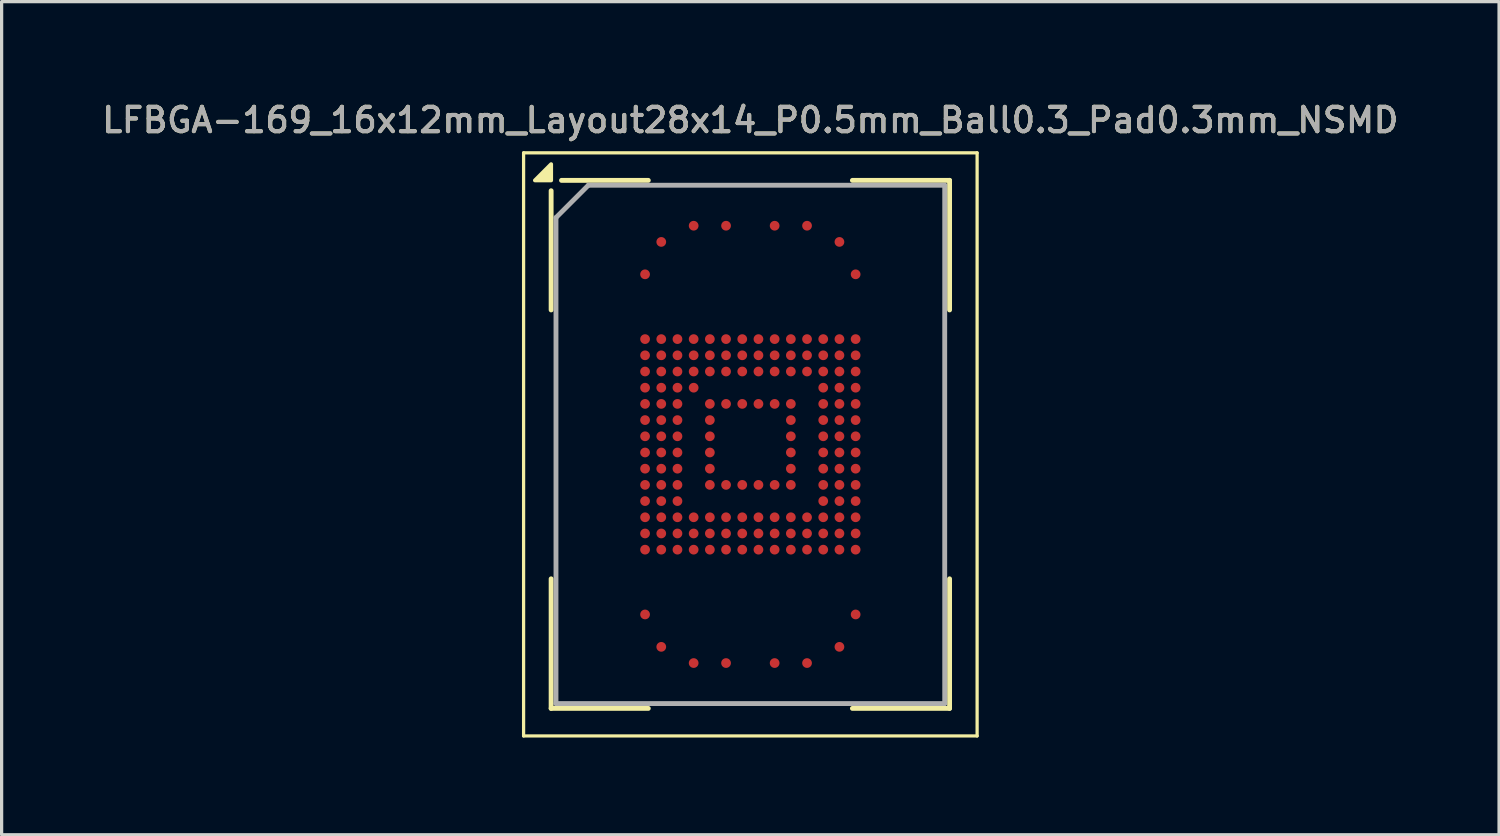
<source format=kicad_pcb>
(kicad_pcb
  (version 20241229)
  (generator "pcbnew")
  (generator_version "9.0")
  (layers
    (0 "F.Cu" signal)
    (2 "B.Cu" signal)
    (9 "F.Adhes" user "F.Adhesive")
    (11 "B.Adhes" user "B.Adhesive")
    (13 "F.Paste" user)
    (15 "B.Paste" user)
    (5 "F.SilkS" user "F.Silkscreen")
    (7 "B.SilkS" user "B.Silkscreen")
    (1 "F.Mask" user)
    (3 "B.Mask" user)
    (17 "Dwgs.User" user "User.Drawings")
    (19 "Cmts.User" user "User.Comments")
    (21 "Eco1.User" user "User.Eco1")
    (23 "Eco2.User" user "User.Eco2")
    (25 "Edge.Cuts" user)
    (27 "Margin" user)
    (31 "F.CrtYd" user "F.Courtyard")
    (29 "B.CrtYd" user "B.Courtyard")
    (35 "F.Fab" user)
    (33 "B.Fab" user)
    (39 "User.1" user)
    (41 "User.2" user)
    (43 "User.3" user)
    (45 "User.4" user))
  (footprint "LFBGA-169_16x12mm_Layout28x14_P0.5mm_Ball0.3_Pad0.3mm_NSMD"
    (layer "F.Cu")
    (at 20.113 10.668)
    (property "Reference" "LFBGA-169_16x12mm_Layout28x14_P0.5mm_Ball0.3_Pad0.3mm_NSMD" (at 0 -10.01 0) (layer "F.SilkS") (effects (font (size 0.75 0.75) (thickness 0.125))))
    (attr smd)
    (fp_line (start -7 -9) (end 7 -9) (stroke (width 0.1) (type solid)) (layer "F.SilkS"))
    (fp_line (start -7 9) (end -7 -9) (stroke (width 0.1) (type solid)) (layer "F.SilkS"))
    (fp_line (start -6.15 -7.83) (end -6.15 -4.15) (stroke (width 0.15) (type solid)) (layer "F.SilkS"))
    (fp_line (start -6.15 8.15) (end -6.15 4.15) (stroke (width 0.15) (type solid)) (layer "F.SilkS"))
    (fp_line (start -5.83 -8.15) (end -3.15 -8.15) (stroke (width 0.15) (type solid)) (layer "F.SilkS"))
    (fp_line (start -3.15 8.15) (end -6.15 8.15) (stroke (width 0.15) (type solid)) (layer "F.SilkS"))
    (fp_line (start 3.15 -8.15) (end 6.15 -8.15) (stroke (width 0.15) (type solid)) (layer "F.SilkS"))
    (fp_line (start 3.15 8.15) (end 6.15 8.15) (stroke (width 0.15) (type solid)) (layer "F.SilkS"))
    (fp_line (start 6.15 -8.15) (end 6.15 -4.15) (stroke (width 0.15) (type solid)) (layer "F.SilkS"))
    (fp_line (start 6.15 8.15) (end 6.15 4.15) (stroke (width 0.15) (type solid)) (layer "F.SilkS"))
    (fp_line (start 7 -9) (end 7 9) (stroke (width 0.1) (type solid)) (layer "F.SilkS"))
    (fp_line (start 7 9) (end -7 9) (stroke (width 0.1) (type solid)) (layer "F.SilkS"))
    (fp_poly (pts (xy -6.15 -8.15) (xy -6.65 -8.15) (xy -6.15 -8.65) (xy -6.15 -8.15)) (stroke (width 0.12) (type solid)) (fill yes) (layer "F.SilkS"))
    (fp_line (start -6 -7) (end -6 8) (stroke (width 0.15) (type solid)) (layer "F.Fab"))
    (fp_line (start -6 8) (end 6 8) (stroke (width 0.15) (type solid)) (layer "F.Fab"))
    (fp_line (start -5 -8) (end -6 -7) (stroke (width 0.15) (type solid)) (layer "F.Fab"))
    (fp_line (start 6 -8) (end -5 -8) (stroke (width 0.15) (type solid)) (layer "F.Fab"))
    (fp_line (start 6 8) (end 6 -8) (stroke (width 0.15) (type solid)) (layer "F.Fab"))
    (fp_text user "${REFERENCE}" (at 0 -10.01 0) (layer "F.Fab") (effects (font (size 0.75 0.75) (thickness 0.125))))
    (pad "A4" smd circle (at -1.75 -6.75) (size 0.3 0.3) (property pad_prop_bga) (layers "F.Cu" "F.Mask" "F.Paste"))
    (pad "A6" smd circle (at -0.75 -6.75) (size 0.3 0.3) (property pad_prop_bga) (layers "F.Cu" "F.Mask" "F.Paste"))
    (pad "A9" smd circle (at 0.75 -6.75) (size 0.3 0.3) (property pad_prop_bga) (layers "F.Cu" "F.Mask" "F.Paste"))
    (pad "A11" smd circle (at 1.75 -6.75) (size 0.3 0.3) (property pad_prop_bga) (layers "F.Cu" "F.Mask" "F.Paste"))
    (pad "AA1" smd circle (at -3.25 3.25) (size 0.3 0.3) (property pad_prop_bga) (layers "F.Cu" "F.Mask" "F.Paste"))
    (pad "AA2" smd circle (at -2.75 3.25) (size 0.3 0.3) (property pad_prop_bga) (layers "F.Cu" "F.Mask" "F.Paste"))
    (pad "AA3" smd circle (at -2.25 3.25) (size 0.3 0.3) (property pad_prop_bga) (layers "F.Cu" "F.Mask" "F.Paste"))
    (pad "AA4" smd circle (at -1.75 3.25) (size 0.3 0.3) (property pad_prop_bga) (layers "F.Cu" "F.Mask" "F.Paste"))
    (pad "AA5" smd circle (at -1.25 3.25) (size 0.3 0.3) (property pad_prop_bga) (layers "F.Cu" "F.Mask" "F.Paste"))
    (pad "AA6" smd circle (at -0.75 3.25) (size 0.3 0.3) (property pad_prop_bga) (layers "F.Cu" "F.Mask" "F.Paste"))
    (pad "AA7" smd circle (at -0.25 3.25) (size 0.3 0.3) (property pad_prop_bga) (layers "F.Cu" "F.Mask" "F.Paste"))
    (pad "AA8" smd circle (at 0.25 3.25) (size 0.3 0.3) (property pad_prop_bga) (layers "F.Cu" "F.Mask" "F.Paste"))
    (pad "AA9" smd circle (at 0.75 3.25) (size 0.3 0.3) (property pad_prop_bga) (layers "F.Cu" "F.Mask" "F.Paste"))
    (pad "AA10" smd circle (at 1.25 3.25) (size 0.3 0.3) (property pad_prop_bga) (layers "F.Cu" "F.Mask" "F.Paste"))
    (pad "AA11" smd circle (at 1.75 3.25) (size 0.3 0.3) (property pad_prop_bga) (layers "F.Cu" "F.Mask" "F.Paste"))
    (pad "AA12" smd circle (at 2.25 3.25) (size 0.3 0.3) (property pad_prop_bga) (layers "F.Cu" "F.Mask" "F.Paste"))
    (pad "AA13" smd circle (at 2.75 3.25) (size 0.3 0.3) (property pad_prop_bga) (layers "F.Cu" "F.Mask" "F.Paste"))
    (pad "AA14" smd circle (at 3.25 3.25) (size 0.3 0.3) (property pad_prop_bga) (layers "F.Cu" "F.Mask" "F.Paste"))
    (pad "AE1" smd circle (at -3.25 5.25) (size 0.3 0.3) (property pad_prop_bga) (layers "F.Cu" "F.Mask" "F.Paste"))
    (pad "AE14" smd circle (at 3.25 5.25) (size 0.3 0.3) (property pad_prop_bga) (layers "F.Cu" "F.Mask" "F.Paste"))
    (pad "AG2" smd circle (at -2.75 6.25) (size 0.3 0.3) (property pad_prop_bga) (layers "F.Cu" "F.Mask" "F.Paste"))
    (pad "AG13" smd circle (at 2.75 6.25) (size 0.3 0.3) (property pad_prop_bga) (layers "F.Cu" "F.Mask" "F.Paste"))
    (pad "AH4" smd circle (at -1.75 6.75) (size 0.3 0.3) (property pad_prop_bga) (layers "F.Cu" "F.Mask" "F.Paste"))
    (pad "AH6" smd circle (at -0.75 6.75) (size 0.3 0.3) (property pad_prop_bga) (layers "F.Cu" "F.Mask" "F.Paste"))
    (pad "AH9" smd circle (at 0.75 6.75) (size 0.3 0.3) (property pad_prop_bga) (layers "F.Cu" "F.Mask" "F.Paste"))
    (pad "AH11" smd circle (at 1.75 6.75) (size 0.3 0.3) (property pad_prop_bga) (layers "F.Cu" "F.Mask" "F.Paste"))
    (pad "B2" smd circle (at -2.75 -6.25) (size 0.3 0.3) (property pad_prop_bga) (layers "F.Cu" "F.Mask" "F.Paste"))
    (pad "B13" smd circle (at 2.75 -6.25) (size 0.3 0.3) (property pad_prop_bga) (layers "F.Cu" "F.Mask" "F.Paste"))
    (pad "D1" smd circle (at -3.25 -5.25) (size 0.3 0.3) (property pad_prop_bga) (layers "F.Cu" "F.Mask" "F.Paste"))
    (pad "D14" smd circle (at 3.25 -5.25) (size 0.3 0.3) (property pad_prop_bga) (layers "F.Cu" "F.Mask" "F.Paste"))
    (pad "H1" smd circle (at -3.25 -3.25) (size 0.3 0.3) (property pad_prop_bga) (layers "F.Cu" "F.Mask" "F.Paste"))
    (pad "H2" smd circle (at -2.75 -3.25) (size 0.3 0.3) (property pad_prop_bga) (layers "F.Cu" "F.Mask" "F.Paste"))
    (pad "H3" smd circle (at -2.25 -3.25) (size 0.3 0.3) (property pad_prop_bga) (layers "F.Cu" "F.Mask" "F.Paste"))
    (pad "H4" smd circle (at -1.75 -3.25) (size 0.3 0.3) (property pad_prop_bga) (layers "F.Cu" "F.Mask" "F.Paste"))
    (pad "H5" smd circle (at -1.25 -3.25) (size 0.3 0.3) (property pad_prop_bga) (layers "F.Cu" "F.Mask" "F.Paste"))
    (pad "H6" smd circle (at -0.75 -3.25) (size 0.3 0.3) (property pad_prop_bga) (layers "F.Cu" "F.Mask" "F.Paste"))
    (pad "H7" smd circle (at -0.25 -3.25) (size 0.3 0.3) (property pad_prop_bga) (layers "F.Cu" "F.Mask" "F.Paste"))
    (pad "H8" smd circle (at 0.25 -3.25) (size 0.3 0.3) (property pad_prop_bga) (layers "F.Cu" "F.Mask" "F.Paste"))
    (pad "H9" smd circle (at 0.75 -3.25) (size 0.3 0.3) (property pad_prop_bga) (layers "F.Cu" "F.Mask" "F.Paste"))
    (pad "H10" smd circle (at 1.25 -3.25) (size 0.3 0.3) (property pad_prop_bga) (layers "F.Cu" "F.Mask" "F.Paste"))
    (pad "H11" smd circle (at 1.75 -3.25) (size 0.3 0.3) (property pad_prop_bga) (layers "F.Cu" "F.Mask" "F.Paste"))
    (pad "H12" smd circle (at 2.25 -3.25) (size 0.3 0.3) (property pad_prop_bga) (layers "F.Cu" "F.Mask" "F.Paste"))
    (pad "H13" smd circle (at 2.75 -3.25) (size 0.3 0.3) (property pad_prop_bga) (layers "F.Cu" "F.Mask" "F.Paste"))
    (pad "H14" smd circle (at 3.25 -3.25) (size 0.3 0.3) (property pad_prop_bga) (layers "F.Cu" "F.Mask" "F.Paste"))
    (pad "J1" smd circle (at -3.25 -2.75) (size 0.3 0.3) (property pad_prop_bga) (layers "F.Cu" "F.Mask" "F.Paste"))
    (pad "J2" smd circle (at -2.75 -2.75) (size 0.3 0.3) (property pad_prop_bga) (layers "F.Cu" "F.Mask" "F.Paste"))
    (pad "J3" smd circle (at -2.25 -2.75) (size 0.3 0.3) (property pad_prop_bga) (layers "F.Cu" "F.Mask" "F.Paste"))
    (pad "J4" smd circle (at -1.75 -2.75) (size 0.3 0.3) (property pad_prop_bga) (layers "F.Cu" "F.Mask" "F.Paste"))
    (pad "J5" smd circle (at -1.25 -2.75) (size 0.3 0.3) (property pad_prop_bga) (layers "F.Cu" "F.Mask" "F.Paste"))
    (pad "J6" smd circle (at -0.75 -2.75) (size 0.3 0.3) (property pad_prop_bga) (layers "F.Cu" "F.Mask" "F.Paste"))
    (pad "J7" smd circle (at -0.25 -2.75) (size 0.3 0.3) (property pad_prop_bga) (layers "F.Cu" "F.Mask" "F.Paste"))
    (pad "J8" smd circle (at 0.25 -2.75) (size 0.3 0.3) (property pad_prop_bga) (layers "F.Cu" "F.Mask" "F.Paste"))
    (pad "J9" smd circle (at 0.75 -2.75) (size 0.3 0.3) (property pad_prop_bga) (layers "F.Cu" "F.Mask" "F.Paste"))
    (pad "J10" smd circle (at 1.25 -2.75) (size 0.3 0.3) (property pad_prop_bga) (layers "F.Cu" "F.Mask" "F.Paste"))
    (pad "J11" smd circle (at 1.75 -2.75) (size 0.3 0.3) (property pad_prop_bga) (layers "F.Cu" "F.Mask" "F.Paste"))
    (pad "J12" smd circle (at 2.25 -2.75) (size 0.3 0.3) (property pad_prop_bga) (layers "F.Cu" "F.Mask" "F.Paste"))
    (pad "J13" smd circle (at 2.75 -2.75) (size 0.3 0.3) (property pad_prop_bga) (layers "F.Cu" "F.Mask" "F.Paste"))
    (pad "J14" smd circle (at 3.25 -2.75) (size 0.3 0.3) (property pad_prop_bga) (layers "F.Cu" "F.Mask" "F.Paste"))
    (pad "K1" smd circle (at -3.25 -2.25) (size 0.3 0.3) (property pad_prop_bga) (layers "F.Cu" "F.Mask" "F.Paste"))
    (pad "K2" smd circle (at -2.75 -2.25) (size 0.3 0.3) (property pad_prop_bga) (layers "F.Cu" "F.Mask" "F.Paste"))
    (pad "K3" smd circle (at -2.25 -2.25) (size 0.3 0.3) (property pad_prop_bga) (layers "F.Cu" "F.Mask" "F.Paste"))
    (pad "K4" smd circle (at -1.75 -2.25) (size 0.3 0.3) (property pad_prop_bga) (layers "F.Cu" "F.Mask" "F.Paste"))
    (pad "K5" smd circle (at -1.25 -2.25) (size 0.3 0.3) (property pad_prop_bga) (layers "F.Cu" "F.Mask" "F.Paste"))
    (pad "K6" smd circle (at -0.75 -2.25) (size 0.3 0.3) (property pad_prop_bga) (layers "F.Cu" "F.Mask" "F.Paste"))
    (pad "K7" smd circle (at -0.25 -2.25) (size 0.3 0.3) (property pad_prop_bga) (layers "F.Cu" "F.Mask" "F.Paste"))
    (pad "K8" smd circle (at 0.25 -2.25) (size 0.3 0.3) (property pad_prop_bga) (layers "F.Cu" "F.Mask" "F.Paste"))
    (pad "K9" smd circle (at 0.75 -2.25) (size 0.3 0.3) (property pad_prop_bga) (layers "F.Cu" "F.Mask" "F.Paste"))
    (pad "K10" smd circle (at 1.25 -2.25) (size 0.3 0.3) (property pad_prop_bga) (layers "F.Cu" "F.Mask" "F.Paste"))
    (pad "K11" smd circle (at 1.75 -2.25) (size 0.3 0.3) (property pad_prop_bga) (layers "F.Cu" "F.Mask" "F.Paste"))
    (pad "K12" smd circle (at 2.25 -2.25) (size 0.3 0.3) (property pad_prop_bga) (layers "F.Cu" "F.Mask" "F.Paste"))
    (pad "K13" smd circle (at 2.75 -2.25) (size 0.3 0.3) (property pad_prop_bga) (layers "F.Cu" "F.Mask" "F.Paste"))
    (pad "K14" smd circle (at 3.25 -2.25) (size 0.3 0.3) (property pad_prop_bga) (layers "F.Cu" "F.Mask" "F.Paste"))
    (pad "L1" smd circle (at -3.25 -1.75) (size 0.3 0.3) (property pad_prop_bga) (layers "F.Cu" "F.Mask" "F.Paste"))
    (pad "L2" smd circle (at -2.75 -1.75) (size 0.3 0.3) (property pad_prop_bga) (layers "F.Cu" "F.Mask" "F.Paste"))
    (pad "L3" smd circle (at -2.25 -1.75) (size 0.3 0.3) (property pad_prop_bga) (layers "F.Cu" "F.Mask" "F.Paste"))
    (pad "L4" smd circle (at -1.75 -1.75) (size 0.3 0.3) (property pad_prop_bga) (layers "F.Cu" "F.Mask" "F.Paste"))
    (pad "L12" smd circle (at 2.25 -1.75) (size 0.3 0.3) (property pad_prop_bga) (layers "F.Cu" "F.Mask" "F.Paste"))
    (pad "L13" smd circle (at 2.75 -1.75) (size 0.3 0.3) (property pad_prop_bga) (layers "F.Cu" "F.Mask" "F.Paste"))
    (pad "L14" smd circle (at 3.25 -1.75) (size 0.3 0.3) (property pad_prop_bga) (layers "F.Cu" "F.Mask" "F.Paste"))
    (pad "M1" smd circle (at -3.25 -1.25) (size 0.3 0.3) (property pad_prop_bga) (layers "F.Cu" "F.Mask" "F.Paste"))
    (pad "M2" smd circle (at -2.75 -1.25) (size 0.3 0.3) (property pad_prop_bga) (layers "F.Cu" "F.Mask" "F.Paste"))
    (pad "M3" smd circle (at -2.25 -1.25) (size 0.3 0.3) (property pad_prop_bga) (layers "F.Cu" "F.Mask" "F.Paste"))
    (pad "M5" smd circle (at -1.25 -1.25) (size 0.3 0.3) (property pad_prop_bga) (layers "F.Cu" "F.Mask" "F.Paste"))
    (pad "M6" smd circle (at -0.75 -1.25) (size 0.3 0.3) (property pad_prop_bga) (layers "F.Cu" "F.Mask" "F.Paste"))
    (pad "M7" smd circle (at -0.25 -1.25) (size 0.3 0.3) (property pad_prop_bga) (layers "F.Cu" "F.Mask" "F.Paste"))
    (pad "M8" smd circle (at 0.25 -1.25) (size 0.3 0.3) (property pad_prop_bga) (layers "F.Cu" "F.Mask" "F.Paste"))
    (pad "M9" smd circle (at 0.75 -1.25) (size 0.3 0.3) (property pad_prop_bga) (layers "F.Cu" "F.Mask" "F.Paste"))
    (pad "M10" smd circle (at 1.25 -1.25) (size 0.3 0.3) (property pad_prop_bga) (layers "F.Cu" "F.Mask" "F.Paste"))
    (pad "M12" smd circle (at 2.25 -1.25) (size 0.3 0.3) (property pad_prop_bga) (layers "F.Cu" "F.Mask" "F.Paste"))
    (pad "M13" smd circle (at 2.75 -1.25) (size 0.3 0.3) (property pad_prop_bga) (layers "F.Cu" "F.Mask" "F.Paste"))
    (pad "M14" smd circle (at 3.25 -1.25) (size 0.3 0.3) (property pad_prop_bga) (layers "F.Cu" "F.Mask" "F.Paste"))
    (pad "N1" smd circle (at -3.25 -0.75) (size 0.3 0.3) (property pad_prop_bga) (layers "F.Cu" "F.Mask" "F.Paste"))
    (pad "N2" smd circle (at -2.75 -0.75) (size 0.3 0.3) (property pad_prop_bga) (layers "F.Cu" "F.Mask" "F.Paste"))
    (pad "N3" smd circle (at -2.25 -0.75) (size 0.3 0.3) (property pad_prop_bga) (layers "F.Cu" "F.Mask" "F.Paste"))
    (pad "N5" smd circle (at -1.25 -0.75) (size 0.3 0.3) (property pad_prop_bga) (layers "F.Cu" "F.Mask" "F.Paste"))
    (pad "N10" smd circle (at 1.25 -0.75) (size 0.3 0.3) (property pad_prop_bga) (layers "F.Cu" "F.Mask" "F.Paste"))
    (pad "N12" smd circle (at 2.25 -0.75) (size 0.3 0.3) (property pad_prop_bga) (layers "F.Cu" "F.Mask" "F.Paste"))
    (pad "N13" smd circle (at 2.75 -0.75) (size 0.3 0.3) (property pad_prop_bga) (layers "F.Cu" "F.Mask" "F.Paste"))
    (pad "N14" smd circle (at 3.25 -0.75) (size 0.3 0.3) (property pad_prop_bga) (layers "F.Cu" "F.Mask" "F.Paste"))
    (pad "P1" smd circle (at -3.25 -0.25) (size 0.3 0.3) (property pad_prop_bga) (layers "F.Cu" "F.Mask" "F.Paste"))
    (pad "P2" smd circle (at -2.75 -0.25) (size 0.3 0.3) (property pad_prop_bga) (layers "F.Cu" "F.Mask" "F.Paste"))
    (pad "P3" smd circle (at -2.25 -0.25) (size 0.3 0.3) (property pad_prop_bga) (layers "F.Cu" "F.Mask" "F.Paste"))
    (pad "P5" smd circle (at -1.25 -0.25) (size 0.3 0.3) (property pad_prop_bga) (layers "F.Cu" "F.Mask" "F.Paste"))
    (pad "P10" smd circle (at 1.25 -0.25) (size 0.3 0.3) (property pad_prop_bga) (layers "F.Cu" "F.Mask" "F.Paste"))
    (pad "P12" smd circle (at 2.25 -0.25) (size 0.3 0.3) (property pad_prop_bga) (layers "F.Cu" "F.Mask" "F.Paste"))
    (pad "P13" smd circle (at 2.75 -0.25) (size 0.3 0.3) (property pad_prop_bga) (layers "F.Cu" "F.Mask" "F.Paste"))
    (pad "P14" smd circle (at 3.25 -0.25) (size 0.3 0.3) (property pad_prop_bga) (layers "F.Cu" "F.Mask" "F.Paste"))
    (pad "R1" smd circle (at -3.25 0.25) (size 0.3 0.3) (property pad_prop_bga) (layers "F.Cu" "F.Mask" "F.Paste"))
    (pad "R2" smd circle (at -2.75 0.25) (size 0.3 0.3) (property pad_prop_bga) (layers "F.Cu" "F.Mask" "F.Paste"))
    (pad "R3" smd circle (at -2.25 0.25) (size 0.3 0.3) (property pad_prop_bga) (layers "F.Cu" "F.Mask" "F.Paste"))
    (pad "R5" smd circle (at -1.25 0.25) (size 0.3 0.3) (property pad_prop_bga) (layers "F.Cu" "F.Mask" "F.Paste"))
    (pad "R10" smd circle (at 1.25 0.25) (size 0.3 0.3) (property pad_prop_bga) (layers "F.Cu" "F.Mask" "F.Paste"))
    (pad "R12" smd circle (at 2.25 0.25) (size 0.3 0.3) (property pad_prop_bga) (layers "F.Cu" "F.Mask" "F.Paste"))
    (pad "R13" smd circle (at 2.75 0.25) (size 0.3 0.3) (property pad_prop_bga) (layers "F.Cu" "F.Mask" "F.Paste"))
    (pad "R14" smd circle (at 3.25 0.25) (size 0.3 0.3) (property pad_prop_bga) (layers "F.Cu" "F.Mask" "F.Paste"))
    (pad "T1" smd circle (at -3.25 0.75) (size 0.3 0.3) (property pad_prop_bga) (layers "F.Cu" "F.Mask" "F.Paste"))
    (pad "T2" smd circle (at -2.75 0.75) (size 0.3 0.3) (property pad_prop_bga) (layers "F.Cu" "F.Mask" "F.Paste"))
    (pad "T3" smd circle (at -2.25 0.75) (size 0.3 0.3) (property pad_prop_bga) (layers "F.Cu" "F.Mask" "F.Paste"))
    (pad "T5" smd circle (at -1.25 0.75) (size 0.3 0.3) (property pad_prop_bga) (layers "F.Cu" "F.Mask" "F.Paste"))
    (pad "T10" smd circle (at 1.25 0.75) (size 0.3 0.3) (property pad_prop_bga) (layers "F.Cu" "F.Mask" "F.Paste"))
    (pad "T12" smd circle (at 2.25 0.75) (size 0.3 0.3) (property pad_prop_bga) (layers "F.Cu" "F.Mask" "F.Paste"))
    (pad "T13" smd circle (at 2.75 0.75) (size 0.3 0.3) (property pad_prop_bga) (layers "F.Cu" "F.Mask" "F.Paste"))
    (pad "T14" smd circle (at 3.25 0.75) (size 0.3 0.3) (property pad_prop_bga) (layers "F.Cu" "F.Mask" "F.Paste"))
    (pad "U1" smd circle (at -3.25 1.25) (size 0.3 0.3) (property pad_prop_bga) (layers "F.Cu" "F.Mask" "F.Paste"))
    (pad "U2" smd circle (at -2.75 1.25) (size 0.3 0.3) (property pad_prop_bga) (layers "F.Cu" "F.Mask" "F.Paste"))
    (pad "U3" smd circle (at -2.25 1.25) (size 0.3 0.3) (property pad_prop_bga) (layers "F.Cu" "F.Mask" "F.Paste"))
    (pad "U5" smd circle (at -1.25 1.25) (size 0.3 0.3) (property pad_prop_bga) (layers "F.Cu" "F.Mask" "F.Paste"))
    (pad "U6" smd circle (at -0.75 1.25) (size 0.3 0.3) (property pad_prop_bga) (layers "F.Cu" "F.Mask" "F.Paste"))
    (pad "U7" smd circle (at -0.25 1.25) (size 0.3 0.3) (property pad_prop_bga) (layers "F.Cu" "F.Mask" "F.Paste"))
    (pad "U8" smd circle (at 0.25 1.25) (size 0.3 0.3) (property pad_prop_bga) (layers "F.Cu" "F.Mask" "F.Paste"))
    (pad "U9" smd circle (at 0.75 1.25) (size 0.3 0.3) (property pad_prop_bga) (layers "F.Cu" "F.Mask" "F.Paste"))
    (pad "U10" smd circle (at 1.25 1.25) (size 0.3 0.3) (property pad_prop_bga) (layers "F.Cu" "F.Mask" "F.Paste"))
    (pad "U12" smd circle (at 2.25 1.25) (size 0.3 0.3) (property pad_prop_bga) (layers "F.Cu" "F.Mask" "F.Paste"))
    (pad "U13" smd circle (at 2.75 1.25) (size 0.3 0.3) (property pad_prop_bga) (layers "F.Cu" "F.Mask" "F.Paste"))
    (pad "U14" smd circle (at 3.25 1.25) (size 0.3 0.3) (property pad_prop_bga) (layers "F.Cu" "F.Mask" "F.Paste"))
    (pad "V1" smd circle (at -3.25 1.75) (size 0.3 0.3) (property pad_prop_bga) (layers "F.Cu" "F.Mask" "F.Paste"))
    (pad "V2" smd circle (at -2.75 1.75) (size 0.3 0.3) (property pad_prop_bga) (layers "F.Cu" "F.Mask" "F.Paste"))
    (pad "V3" smd circle (at -2.25 1.75) (size 0.3 0.3) (property pad_prop_bga) (layers "F.Cu" "F.Mask" "F.Paste"))
    (pad "V12" smd circle (at 2.25 1.75) (size 0.3 0.3) (property pad_prop_bga) (layers "F.Cu" "F.Mask" "F.Paste"))
    (pad "V13" smd circle (at 2.75 1.75) (size 0.3 0.3) (property pad_prop_bga) (layers "F.Cu" "F.Mask" "F.Paste"))
    (pad "V14" smd circle (at 3.25 1.75) (size 0.3 0.3) (property pad_prop_bga) (layers "F.Cu" "F.Mask" "F.Paste"))
    (pad "W1" smd circle (at -3.25 2.25) (size 0.3 0.3) (property pad_prop_bga) (layers "F.Cu" "F.Mask" "F.Paste"))
    (pad "W2" smd circle (at -2.75 2.25) (size 0.3 0.3) (property pad_prop_bga) (layers "F.Cu" "F.Mask" "F.Paste"))
    (pad "W3" smd circle (at -2.25 2.25) (size 0.3 0.3) (property pad_prop_bga) (layers "F.Cu" "F.Mask" "F.Paste"))
    (pad "W4" smd circle (at -1.75 2.25) (size 0.3 0.3) (property pad_prop_bga) (layers "F.Cu" "F.Mask" "F.Paste"))
    (pad "W5" smd circle (at -1.25 2.25) (size 0.3 0.3) (property pad_prop_bga) (layers "F.Cu" "F.Mask" "F.Paste"))
    (pad "W6" smd circle (at -0.75 2.25) (size 0.3 0.3) (property pad_prop_bga) (layers "F.Cu" "F.Mask" "F.Paste"))
    (pad "W7" smd circle (at -0.25 2.25) (size 0.3 0.3) (property pad_prop_bga) (layers "F.Cu" "F.Mask" "F.Paste"))
    (pad "W8" smd circle (at 0.25 2.25) (size 0.3 0.3) (property pad_prop_bga) (layers "F.Cu" "F.Mask" "F.Paste"))
    (pad "W9" smd circle (at 0.75 2.25) (size 0.3 0.3) (property pad_prop_bga) (layers "F.Cu" "F.Mask" "F.Paste"))
    (pad "W10" smd circle (at 1.25 2.25) (size 0.3 0.3) (property pad_prop_bga) (layers "F.Cu" "F.Mask" "F.Paste"))
    (pad "W11" smd circle (at 1.75 2.25) (size 0.3 0.3) (property pad_prop_bga) (layers "F.Cu" "F.Mask" "F.Paste"))
    (pad "W12" smd circle (at 2.25 2.25) (size 0.3 0.3) (property pad_prop_bga) (layers "F.Cu" "F.Mask" "F.Paste"))
    (pad "W13" smd circle (at 2.75 2.25) (size 0.3 0.3) (property pad_prop_bga) (layers "F.Cu" "F.Mask" "F.Paste"))
    (pad "W14" smd circle (at 3.25 2.25) (size 0.3 0.3) (property pad_prop_bga) (layers "F.Cu" "F.Mask" "F.Paste"))
    (pad "Y1" smd circle (at -3.25 2.75) (size 0.3 0.3) (property pad_prop_bga) (layers "F.Cu" "F.Mask" "F.Paste"))
    (pad "Y2" smd circle (at -2.75 2.75) (size 0.3 0.3) (property pad_prop_bga) (layers "F.Cu" "F.Mask" "F.Paste"))
    (pad "Y3" smd circle (at -2.25 2.75) (size 0.3 0.3) (property pad_prop_bga) (layers "F.Cu" "F.Mask" "F.Paste"))
    (pad "Y4" smd circle (at -1.75 2.75) (size 0.3 0.3) (property pad_prop_bga) (layers "F.Cu" "F.Mask" "F.Paste"))
    (pad "Y5" smd circle (at -1.25 2.75) (size 0.3 0.3) (property pad_prop_bga) (layers "F.Cu" "F.Mask" "F.Paste"))
    (pad "Y6" smd circle (at -0.75 2.75) (size 0.3 0.3) (property pad_prop_bga) (layers "F.Cu" "F.Mask" "F.Paste"))
    (pad "Y7" smd circle (at -0.25 2.75) (size 0.3 0.3) (property pad_prop_bga) (layers "F.Cu" "F.Mask" "F.Paste"))
    (pad "Y8" smd circle (at 0.25 2.75) (size 0.3 0.3) (property pad_prop_bga) (layers "F.Cu" "F.Mask" "F.Paste"))
    (pad "Y9" smd circle (at 0.75 2.75) (size 0.3 0.3) (property pad_prop_bga) (layers "F.Cu" "F.Mask" "F.Paste"))
    (pad "Y10" smd circle (at 1.25 2.75) (size 0.3 0.3) (property pad_prop_bga) (layers "F.Cu" "F.Mask" "F.Paste"))
    (pad "Y11" smd circle (at 1.75 2.75) (size 0.3 0.3) (property pad_prop_bga) (layers "F.Cu" "F.Mask" "F.Paste"))
    (pad "Y12" smd circle (at 2.25 2.75) (size 0.3 0.3) (property pad_prop_bga) (layers "F.Cu" "F.Mask" "F.Paste"))
    (pad "Y13" smd circle (at 2.75 2.75) (size 0.3 0.3) (property pad_prop_bga) (layers "F.Cu" "F.Mask" "F.Paste"))
    (pad "Y14" smd circle (at 3.25 2.75) (size 0.3 0.3) (property pad_prop_bga) (layers "F.Cu" "F.Mask" "F.Paste")))
  (gr_rect
    (start -3 -3)
    (end 43.225 22.718)
    (stroke (width 0.1) (type default))
    (fill no)
    (layer "Edge.Cuts")))
</source>
